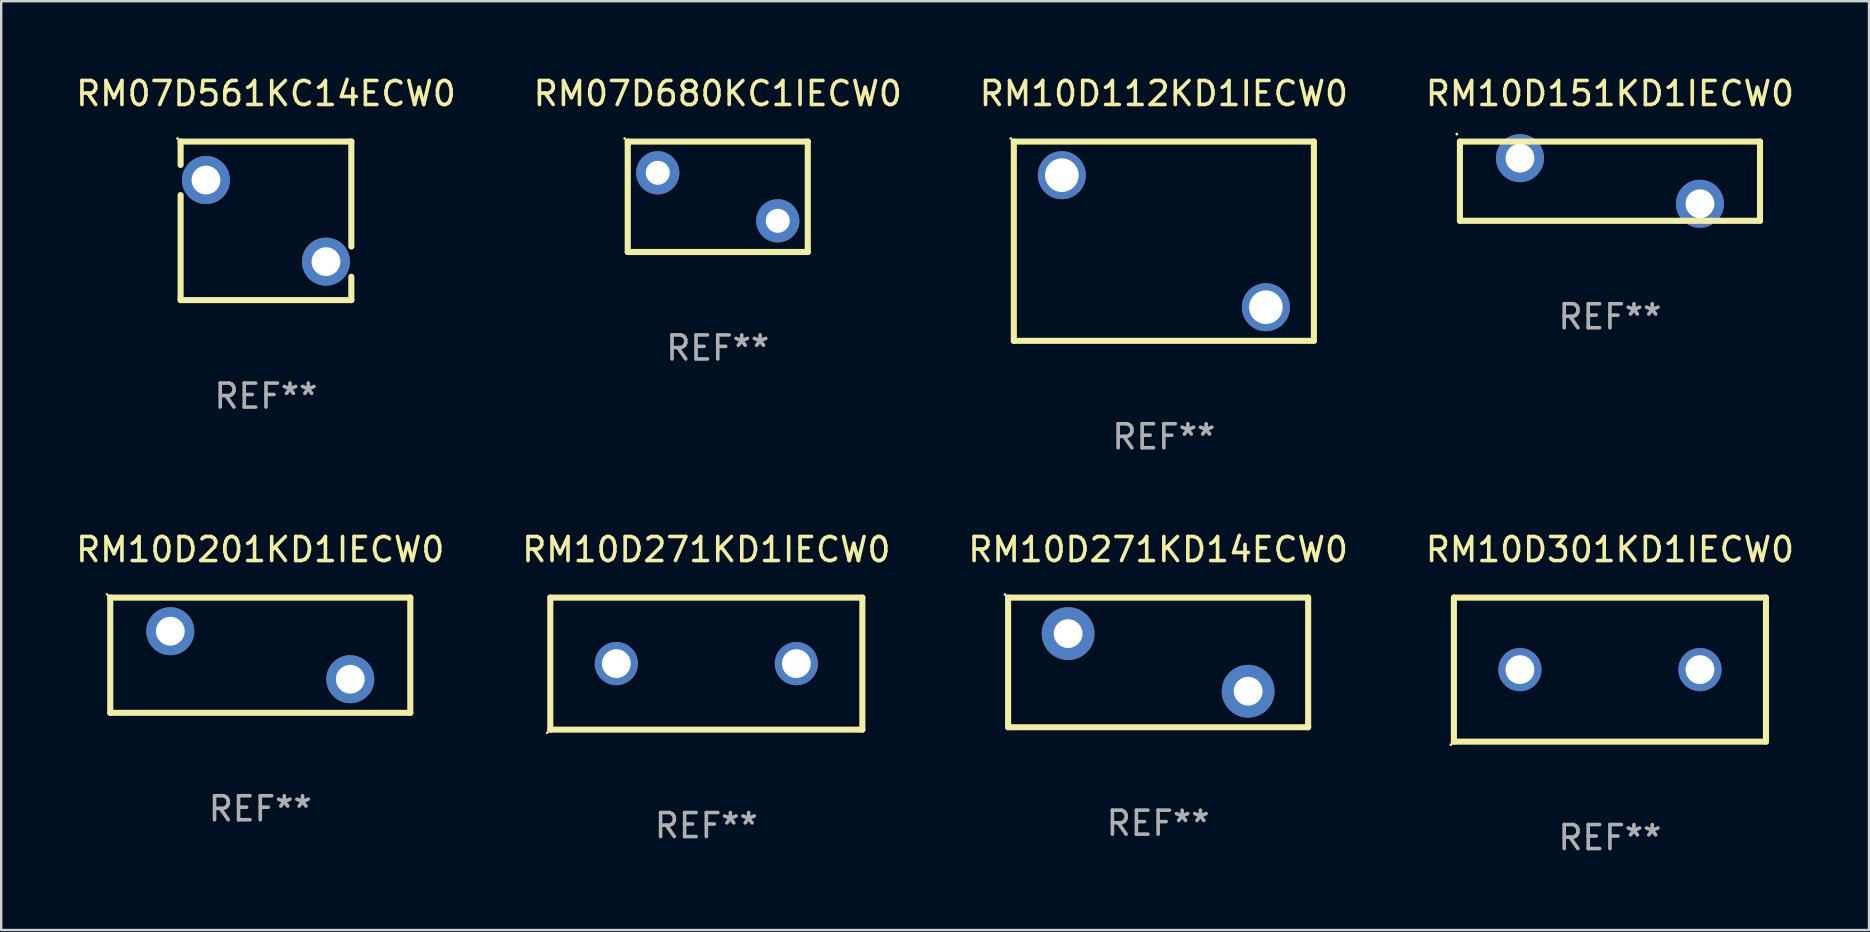
<source format=kicad_pcb>
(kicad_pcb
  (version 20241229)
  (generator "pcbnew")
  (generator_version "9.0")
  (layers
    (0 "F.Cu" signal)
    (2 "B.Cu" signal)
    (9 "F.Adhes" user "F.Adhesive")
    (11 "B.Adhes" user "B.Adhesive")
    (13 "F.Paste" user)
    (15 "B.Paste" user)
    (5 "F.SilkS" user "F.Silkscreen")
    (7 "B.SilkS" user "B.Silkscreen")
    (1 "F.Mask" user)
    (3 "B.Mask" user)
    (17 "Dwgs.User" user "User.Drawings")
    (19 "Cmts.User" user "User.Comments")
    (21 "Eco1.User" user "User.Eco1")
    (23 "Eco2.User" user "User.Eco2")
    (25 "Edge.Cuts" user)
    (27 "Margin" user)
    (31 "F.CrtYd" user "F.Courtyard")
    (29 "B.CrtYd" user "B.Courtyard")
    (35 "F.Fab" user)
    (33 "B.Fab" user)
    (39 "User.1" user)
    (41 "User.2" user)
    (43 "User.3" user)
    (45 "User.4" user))
  (footprint "RM10D201KD1IECW0"
    (layer "F.Cu")
    (at 7.792 24.245)
    (property "Reference" "RM10D201KD1IECW0" (at 0 -4.4 0) (layer "F.SilkS") (effects (font (size 1 1) (thickness 0.15))))
    (attr through_hole)
    (fp_line (start -6.249 2.4) (end -6.249 -2.4) (stroke (width 0.254) (type solid)) (layer "F.SilkS"))
    (fp_line (start -6.249 -2.4) (end 6.251 -2.4) (stroke (width 0.254) (type solid)) (layer "F.SilkS"))
    (fp_line (start 6.251 -2.4) (end 6.251 2.4) (stroke (width 0.254) (type solid)) (layer "F.SilkS"))
    (fp_line (start 6.251 2.4) (end -6.251 2.4) (stroke (width 0.254) (type solid)) (layer "F.SilkS"))
    (fp_circle (center -6.378 -2.527) (end -6.348 -2.527) (stroke (width 0.06) (type solid)) (fill no) (layer "F.SilkS"))
    (fp_text user "REF**" (at 0 6.4 0) (layer "F.Fab") (effects (font (size 1 1) (thickness 0.15))))
    (pad "1" thru_hole circle (at -3.748 -1) (size 2 2) (drill 1.2) (layers "*.Cu" "*.Mask"))
    (pad "2" thru_hole circle (at 3.75 1) (size 2 2) (drill 1.2) (layers "*.Cu" "*.Mask")))
  (footprint "RM07D561KC14ECW0"
    (layer "F.Cu")
    (at 8.03 6.15)
    (property "Reference" "RM07D561KC14ECW0" (at 0 -5.302 0) (layer "F.SilkS") (effects (font (size 1 1) (thickness 0.15))))
    (attr through_hole)
    (fp_line (start -3.556 -3.302) (end 3.556 -3.302) (stroke (width 0.254) (type solid)) (layer "F.SilkS"))
    (fp_line (start -3.556 -2.33) (end -3.556 -3.302) (stroke (width 0.254) (type solid)) (layer "F.SilkS"))
    (fp_line (start -3.556 3.302) (end -3.556 -1.07) (stroke (width 0.254) (type solid)) (layer "F.SilkS"))
    (fp_line (start 3.556 -3.302) (end 3.556 1.07) (stroke (width 0.254) (type solid)) (layer "F.SilkS"))
    (fp_line (start 3.556 2.33) (end 3.556 3.302) (stroke (width 0.254) (type solid)) (layer "F.SilkS"))
    (fp_line (start 3.556 3.302) (end -3.556 3.302) (stroke (width 0.254) (type solid)) (layer "F.SilkS"))
    (fp_circle (center -3.683 -3.429) (end -3.653 -3.429) (stroke (width 0.06) (type solid)) (fill no) (layer "F.SilkS"))
    (fp_text user "REF**" (at 0 7.302 0) (layer "F.Fab") (effects (font (size 1 1) (thickness 0.15))))
    (pad "1" thru_hole circle (at -2.5 -1.7) (size 2 2) (drill 1.2) (layers "*.Cu" "*.Mask"))
    (pad "2" thru_hole circle (at 2.5 1.7) (size 2 2) (drill 1.2) (layers "*.Cu" "*.Mask")))
  (footprint "RM10D112KD1IECW0"
    (layer "F.Cu")
    (at 45.435 6.998)
    (property "Reference" "RM10D112KD1IECW0" (at 0 -6.15 0) (layer "F.SilkS") (effects (font (size 1 1) (thickness 0.15))))
    (attr through_hole)
    (fp_line (start -6.25 4.15) (end -6.25 -4.15) (stroke (width 0.254) (type solid)) (layer "F.SilkS"))
    (fp_line (start -6.25 -4.15) (end 6.25 -4.15) (stroke (width 0.254) (type solid)) (layer "F.SilkS"))
    (fp_line (start 6.25 4.15) (end -6.25 4.15) (stroke (width 0.254) (type solid)) (layer "F.SilkS"))
    (fp_line (start 6.25 4.15) (end 6.25 -4.15) (stroke (width 0.254) (type solid)) (layer "F.SilkS"))
    (fp_circle (center -6.377 -4.277) (end -6.347 -4.277) (stroke (width 0.06) (type solid)) (fill no) (layer "F.SilkS"))
    (fp_text user "REF**" (at 0 8.15 0) (layer "F.Fab") (effects (font (size 1 1) (thickness 0.15))))
    (pad "1" thru_hole circle (at -4.25 -2.75) (size 2 2) (drill 1.4) (layers "*.Cu" "*.Mask"))
    (pad "2" thru_hole circle (at 4.25 2.75) (size 2 2) (drill 1.4) (layers "*.Cu" "*.Mask")))
  (footprint "RM07D680KC1IECW0"
    (layer "F.Cu")
    (at 26.851 5.148)
    (property "Reference" "RM07D680KC1IECW0" (at 0 -4.3 0) (layer "F.SilkS") (effects (font (size 1 1) (thickness 0.15))))
    (attr through_hole)
    (fp_line (start -3.75 -2.3) (end 3.75 -2.3) (stroke (width 0.254) (type solid)) (layer "F.SilkS"))
    (fp_line (start -3.75 2.3) (end -3.75 -2.3) (stroke (width 0.254) (type solid)) (layer "F.SilkS"))
    (fp_line (start 3.75 -2.3) (end 3.75 2.3) (stroke (width 0.254) (type solid)) (layer "F.SilkS"))
    (fp_line (start 3.75 2.3) (end -3.75 2.3) (stroke (width 0.254) (type solid)) (layer "F.SilkS"))
    (fp_circle (center -3.877 -2.427) (end -3.847 -2.427) (stroke (width 0.06) (type solid)) (fill no) (layer "F.SilkS"))
    (fp_text user "REF**" (at 0 6.3 0) (layer "F.Fab") (effects (font (size 1 1) (thickness 0.15))))
    (pad "1" thru_hole circle (at -2.5 -1) (size 1.8 1.8) (drill 1) (layers "*.Cu" "*.Mask"))
    (pad "2" thru_hole circle (at 2.5 1) (size 1.8 1.8) (drill 1) (layers "*.Cu" "*.Mask")))
  (footprint "RM10D271KD1IECW0"
    (layer "F.Cu")
    (at 26.375 24.595)
    (property "Reference" "RM10D271KD1IECW0" (at 0 -4.75 0) (layer "F.SilkS") (effects (font (size 1 1) (thickness 0.15))))
    (attr through_hole)
    (fp_line (start -6.5 -2.75) (end 6.5 -2.75) (stroke (width 0.254) (type solid)) (layer "F.SilkS"))
    (fp_line (start -6.5 2.75) (end -6.5 -2.75) (stroke (width 0.254) (type solid)) (layer "F.SilkS"))
    (fp_line (start 6.5 -2.75) (end 6.5 2.75) (stroke (width 0.254) (type solid)) (layer "F.SilkS"))
    (fp_line (start 6.5 2.75) (end -6.5 2.75) (stroke (width 0.254) (type solid)) (layer "F.SilkS"))
    (fp_circle (center -6.627 2.877) (end -6.597 2.877) (stroke (width 0.06) (type solid)) (fill no) (layer "F.SilkS"))
    (fp_text user "REF**" (at 0 6.75 0) (layer "F.Fab") (effects (font (size 1 1) (thickness 0.15))))
    (pad "1" thru_hole circle (at -3.75 -0.000025) (size 1.8 1.8) (drill 1.2) (layers "*.Cu" "*.Mask"))
    (pad "2" thru_hole circle (at 3.75 -0.000025) (size 1.8 1.8) (drill 1.2) (layers "*.Cu" "*.Mask")))
  (footprint "RM10D271KD14ECW0"
    (layer "F.Cu")
    (at 45.196 24.545)
    (property "Reference" "RM10D271KD14ECW0" (at 0 -4.7 0) (layer "F.SilkS") (effects (font (size 1 1) (thickness 0.15))))
    (attr through_hole)
    (fp_line (start -6.25 -2.7) (end -6.25 2.7) (stroke (width 0.254) (type solid)) (layer "F.SilkS"))
    (fp_line (start -6.25 -2.7) (end 6.25 -2.7) (stroke (width 0.254) (type solid)) (layer "F.SilkS"))
    (fp_line (start -6.25 2.7) (end 6.25 2.7) (stroke (width 0.254) (type solid)) (layer "F.SilkS"))
    (fp_line (start 6.25 -2.7) (end 6.25 2.7) (stroke (width 0.254) (type solid)) (layer "F.SilkS"))
    (fp_circle (center -6.377 -2.827) (end -6.347 -2.827) (stroke (width 0.06) (type solid)) (fill no) (layer "F.SilkS"))
    (fp_text user "REF**" (at 0 6.7 0) (layer "F.Fab") (effects (font (size 1 1) (thickness 0.15))))
    (pad "1" thru_hole circle (at -3.75 -1.2) (size 2.2 2.2) (drill 1.2) (layers "*.Cu" "*.Mask"))
    (pad "2" thru_hole circle (at 3.75 1.2) (size 2.2 2.2) (drill 1.2) (layers "*.Cu" "*.Mask")))
  (footprint "RM10D151KD1IECW0"
    (layer "F.Cu")
    (at 64.018 4.498)
    (property "Reference" "RM10D151KD1IECW0" (at 0 -3.65 0) (layer "F.SilkS") (effects (font (size 1 1) (thickness 0.15))))
    (attr through_hole)
    (fp_line (start -6.249 -1.65) (end 6.251 -1.65) (stroke (width 0.254) (type solid)) (layer "F.SilkS"))
    (fp_line (start -6.249 1.649) (end -6.249 -1.65) (stroke (width 0.254) (type solid)) (layer "F.SilkS"))
    (fp_line (start 6.251 -1.65) (end 6.251 1.65) (stroke (width 0.254) (type solid)) (layer "F.SilkS"))
    (fp_line (start 6.251 1.65) (end -6.251 1.65) (stroke (width 0.254) (type solid)) (layer "F.SilkS"))
    (fp_circle (center -6.378 -1.96) (end -6.348 -1.96) (stroke (width 0.06) (type solid)) (fill no) (layer "F.SilkS"))
    (fp_text user "REF**" (at 0 5.65 0) (layer "F.Fab") (effects (font (size 1 1) (thickness 0.15))))
    (pad "1" thru_hole circle (at -3.748 -0.96) (size 2 2) (drill 1.2) (layers "*.Cu" "*.Mask"))
    (pad "2" thru_hole circle (at 3.75 0.94) (size 2 2) (drill 1.2) (layers "*.Cu" "*.Mask")))
  (footprint "RM10D301KD1IECW0"
    (layer "F.Cu")
    (at 64.018 24.845)
    (property "Reference" "RM10D301KD1IECW0" (at 0 -5 0) (layer "F.SilkS") (effects (font (size 1 1) (thickness 0.15))))
    (attr through_hole)
    (fp_line (start -6.5 -3) (end 6.5 -3) (stroke (width 0.254) (type solid)) (layer "F.SilkS"))
    (fp_line (start -6.5 3) (end -6.5 -3) (stroke (width 0.254) (type solid)) (layer "F.SilkS"))
    (fp_line (start 6.5 -3) (end 6.5 3) (stroke (width 0.254) (type solid)) (layer "F.SilkS"))
    (fp_line (start 6.5 3) (end -6.5 3) (stroke (width 0.254) (type solid)) (layer "F.SilkS"))
    (fp_circle (center -6.627 3.127) (end -6.597 3.127) (stroke (width 0.06) (type solid)) (fill no) (layer "F.SilkS"))
    (fp_text user "REF**" (at 0 7 0) (layer "F.Fab") (effects (font (size 1 1) (thickness 0.15))))
    (pad "1" thru_hole circle (at -3.75 0) (size 1.8 1.8) (drill 1.2) (layers "*.Cu" "*.Mask"))
    (pad "2" thru_hole circle (at 3.75 0) (size 1.8 1.8) (drill 1.2) (layers "*.Cu" "*.Mask")))
  (gr_rect
    (start -3 -3)
    (end 74.81 35.693)
    (stroke (width 0.1) (type default))
    (fill no)
    (layer "Edge.Cuts")))
</source>
